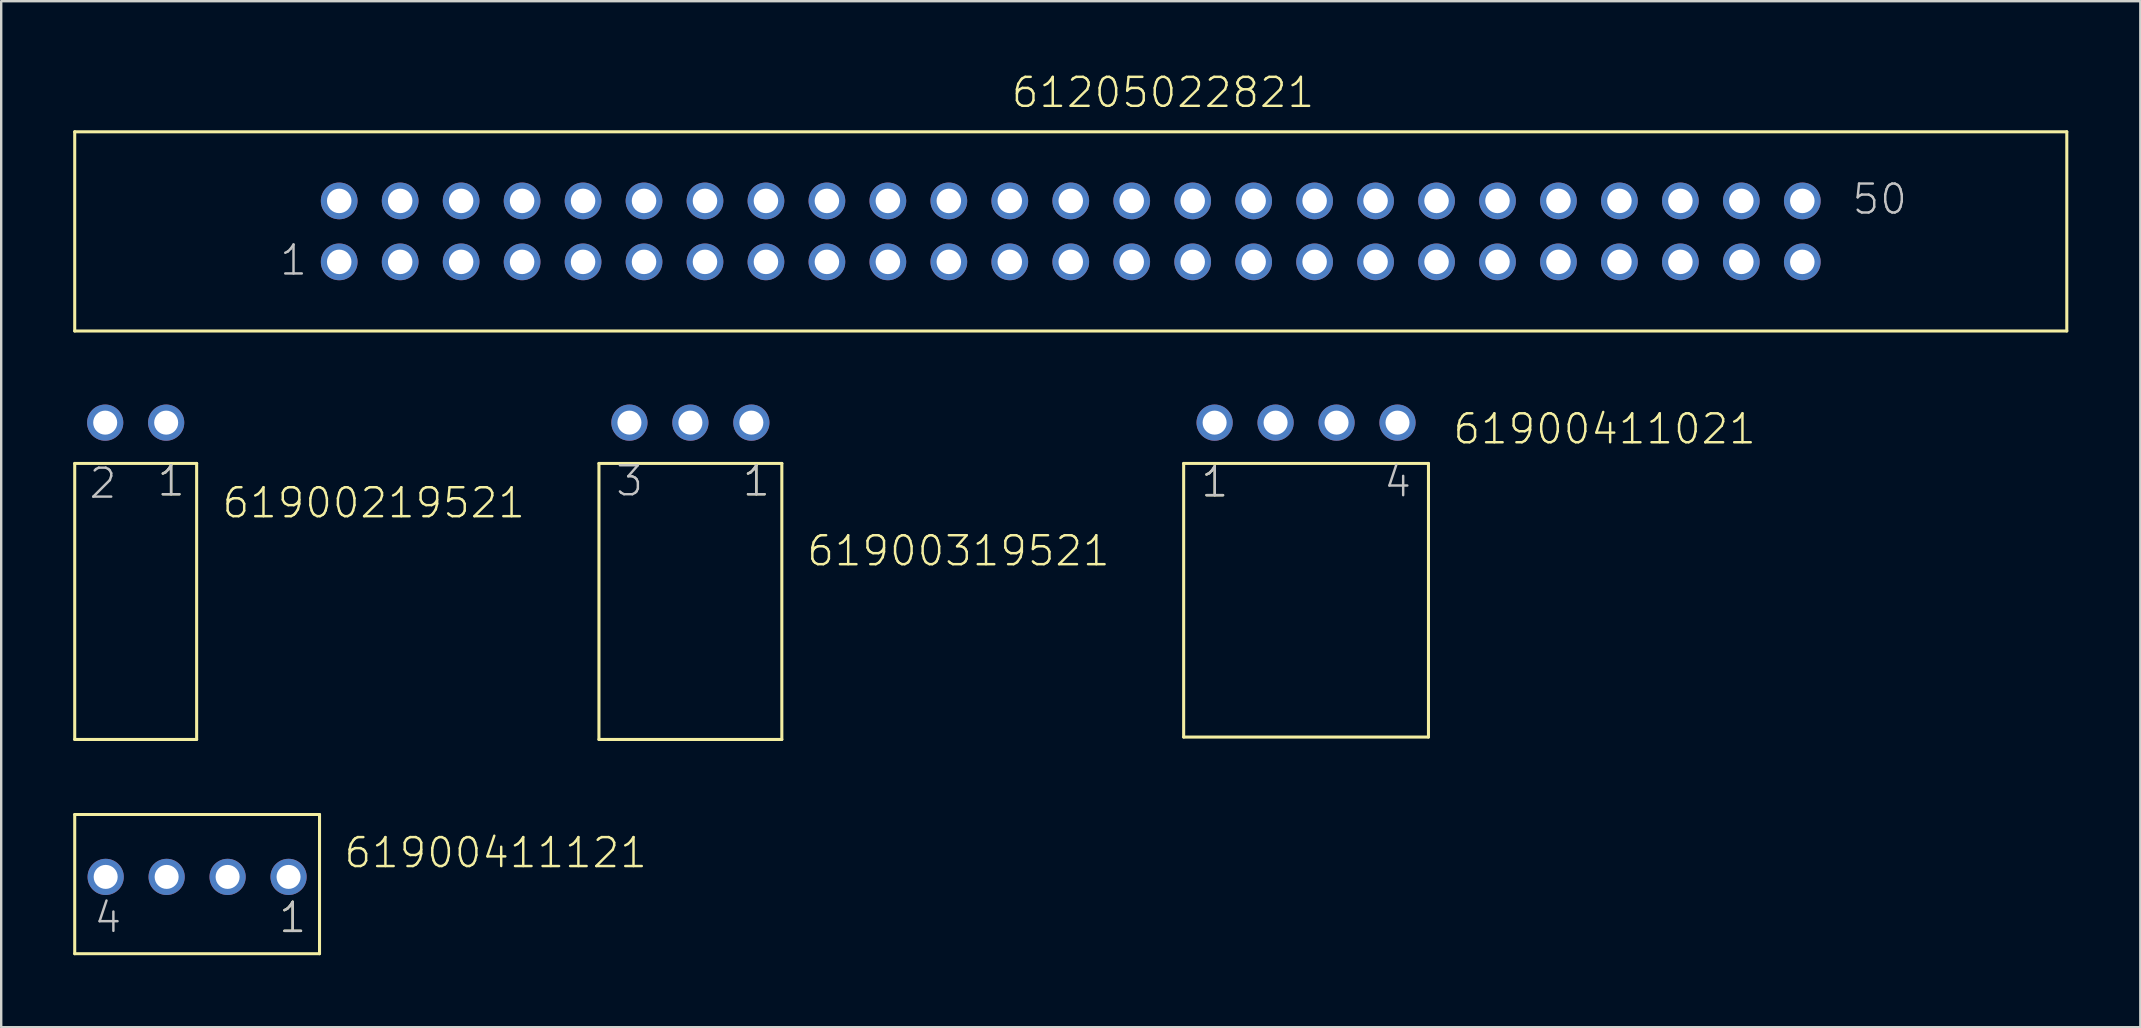
<source format=kicad_pcb>
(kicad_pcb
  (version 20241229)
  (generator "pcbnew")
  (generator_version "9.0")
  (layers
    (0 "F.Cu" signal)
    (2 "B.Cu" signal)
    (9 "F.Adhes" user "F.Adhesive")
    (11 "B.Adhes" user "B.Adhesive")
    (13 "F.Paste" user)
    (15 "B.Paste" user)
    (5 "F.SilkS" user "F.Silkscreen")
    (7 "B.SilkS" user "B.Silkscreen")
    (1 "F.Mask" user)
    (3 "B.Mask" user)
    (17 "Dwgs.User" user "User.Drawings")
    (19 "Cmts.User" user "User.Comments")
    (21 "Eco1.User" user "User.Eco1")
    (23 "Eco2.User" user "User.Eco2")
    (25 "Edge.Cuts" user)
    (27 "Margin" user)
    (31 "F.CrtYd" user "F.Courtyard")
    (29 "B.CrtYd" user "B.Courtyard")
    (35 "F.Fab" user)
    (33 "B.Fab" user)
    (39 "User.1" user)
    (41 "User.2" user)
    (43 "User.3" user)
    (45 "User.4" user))
  (footprint "61900411121"
    (layer "F.Cu")
    (at 5.163 33.486)
    (property "Reference" "61900411121" (at 6.055 -0.3 0) (layer "F.SilkS") (effects (font (size 1.206 1.206) (thickness 0.102)) (justify left bottom)))
    (attr through_hole)
    (fp_line (start -5.1 -2.6) (end 5.1 -2.6) (stroke (width 0.127) (type solid)) (layer "F.SilkS"))
    (fp_line (start -5.1 3.2) (end -5.1 -2.6) (stroke (width 0.127) (type solid)) (layer "F.SilkS"))
    (fp_line (start 5.1 -2.6) (end 5.1 3.2) (stroke (width 0.127) (type solid)) (layer "F.SilkS"))
    (fp_line (start 5.1 3.2) (end -5.1 3.2) (stroke (width 0.127) (type solid)) (layer "F.SilkS"))
    (fp_text user "1" (at 3.34 2.4 0) (layer "F.SilkS") (effects (font (size 1.206 1.206) (thickness 0.102)) (justify left bottom)))
    (fp_text user "4" (at -4.36 2.4 0) (layer "Dwgs.User") (effects (font (size 1.206 1.206) (thickness 0.102)) (justify left bottom)))
    (fp_text user "1" (at 3.34 2.4 0) (layer "Dwgs.User") (effects (font (size 1.206 1.206) (thickness 0.102)) (justify left bottom)))
    (pad "1" thru_hole circle (at 3.81 0) (size 1.508 1.508) (drill 1) (layers "*.Cu" "*.Mask"))
    (pad "2" thru_hole circle (at 1.27 0) (size 1.508 1.508) (drill 1) (layers "*.Cu" "*.Mask"))
    (pad "3" thru_hole circle (at -1.27 0) (size 1.508 1.508) (drill 1) (layers "*.Cu" "*.Mask"))
    (pad "4" thru_hole circle (at -3.81 0) (size 1.508 1.508) (drill 1) (layers "*.Cu" "*.Mask")))
  (footprint "61900319521"
    (layer "F.Cu")
    (at 25.715 14.559)
    (property "Reference" "61900319521" (at 4.785 6.05 0) (layer "F.SilkS") (effects (font (size 1.206 1.206) (thickness 0.102)) (justify left bottom)))
    (attr through_hole)
    (fp_line (start -3.81 1.7) (end 3.81 1.7) (stroke (width 0.127) (type solid)) (layer "F.SilkS"))
    (fp_line (start -3.81 13.2) (end -3.81 1.7) (stroke (width 0.127) (type solid)) (layer "F.SilkS"))
    (fp_line (start 3.81 1.7) (end 3.81 13.2) (stroke (width 0.127) (type solid)) (layer "F.SilkS"))
    (fp_line (start 3.81 13.2) (end -3.81 13.2) (stroke (width 0.127) (type solid)) (layer "F.SilkS"))
    (fp_text user "1" (at 2.105 3.135 0) (layer "F.SilkS") (effects (font (size 1.206 1.206) (thickness 0.102)) (justify left bottom)))
    (fp_text user "1" (at 2.105 3.135 0) (layer "Dwgs.User") (effects (font (size 1.206 1.206) (thickness 0.102)) (justify left bottom)))
    (fp_text user "3" (at -3.175 3.135 0) (layer "Dwgs.User") (effects (font (size 1.206 1.206) (thickness 0.102)) (justify left bottom)))
    (pad "1" thru_hole circle (at 2.54 0) (size 1.508 1.508) (drill 1) (layers "*.Cu" "*.Mask"))
    (pad "2" thru_hole circle (at 0 0) (size 1.508 1.508) (drill 1) (layers "*.Cu" "*.Mask"))
    (pad "3" thru_hole circle (at -2.54 0) (size 1.508 1.508) (drill 1) (layers "*.Cu" "*.Mask")))
  (footprint "61205022821"
    (layer "F.Cu")
    (at 41.563 6.591)
    (property "Reference" "61205022821" (at -2.54 -5.08 0) (layer "F.SilkS") (effects (font (size 1.206 1.206) (thickness 0.102)) (justify left bottom)))
    (attr through_hole)
    (fp_line (start -41.5 -4.15) (end 41.5 -4.15) (stroke (width 0.127) (type solid)) (layer "F.SilkS"))
    (fp_line (start -41.5 4.15) (end -41.5 -4.15) (stroke (width 0.127) (type solid)) (layer "F.SilkS"))
    (fp_line (start 41.5 -4.15) (end 41.5 4.15) (stroke (width 0.127) (type solid)) (layer "F.SilkS"))
    (fp_line (start 41.5 4.15) (end -41.5 4.15) (stroke (width 0.127) (type solid)) (layer "F.SilkS"))
    (fp_text user "50" (at 32.49 -0.635 0) (layer "Dwgs.User") (effects (font (size 1.206 1.206) (thickness 0.102)) (justify left bottom)))
    (fp_text user "1" (at -33.025 1.905 0) (layer "Dwgs.User") (effects (font (size 1.206 1.206) (thickness 0.102)) (justify left bottom)))
    (pad "1" thru_hole circle (at -30.48 1.27 180) (size 1.53 1.53) (drill 1.02) (layers "*.Cu" "*.Mask"))
    (pad "2" thru_hole circle (at -30.48 -1.27 180) (size 1.53 1.53) (drill 1.02) (layers "*.Cu" "*.Mask"))
    (pad "3" thru_hole circle (at -27.94 1.27 180) (size 1.53 1.53) (drill 1.02) (layers "*.Cu" "*.Mask"))
    (pad "4" thru_hole circle (at -27.94 -1.27 180) (size 1.53 1.53) (drill 1.02) (layers "*.Cu" "*.Mask"))
    (pad "5" thru_hole circle (at -25.4 1.27 180) (size 1.53 1.53) (drill 1.02) (layers "*.Cu" "*.Mask"))
    (pad "6" thru_hole circle (at -25.4 -1.27 180) (size 1.53 1.53) (drill 1.02) (layers "*.Cu" "*.Mask"))
    (pad "7" thru_hole circle (at -22.86 1.27 180) (size 1.53 1.53) (drill 1.02) (layers "*.Cu" "*.Mask"))
    (pad "8" thru_hole circle (at -22.86 -1.27 180) (size 1.53 1.53) (drill 1.02) (layers "*.Cu" "*.Mask"))
    (pad "9" thru_hole circle (at -20.32 1.27 180) (size 1.53 1.53) (drill 1.02) (layers "*.Cu" "*.Mask"))
    (pad "10" thru_hole circle (at -20.32 -1.27 180) (size 1.53 1.53) (drill 1.02) (layers "*.Cu" "*.Mask"))
    (pad "11" thru_hole circle (at -17.78 1.27 180) (size 1.53 1.53) (drill 1.02) (layers "*.Cu" "*.Mask"))
    (pad "12" thru_hole circle (at -17.78 -1.27 180) (size 1.53 1.53) (drill 1.02) (layers "*.Cu" "*.Mask"))
    (pad "13" thru_hole circle (at -15.24 1.27 180) (size 1.53 1.53) (drill 1.02) (layers "*.Cu" "*.Mask"))
    (pad "14" thru_hole circle (at -15.24 -1.27 180) (size 1.53 1.53) (drill 1.02) (layers "*.Cu" "*.Mask"))
    (pad "15" thru_hole circle (at -12.7 1.27 180) (size 1.53 1.53) (drill 1.02) (layers "*.Cu" "*.Mask"))
    (pad "16" thru_hole circle (at -12.7 -1.27 180) (size 1.53 1.53) (drill 1.02) (layers "*.Cu" "*.Mask"))
    (pad "17" thru_hole circle (at -10.16 1.27 180) (size 1.53 1.53) (drill 1.02) (layers "*.Cu" "*.Mask"))
    (pad "18" thru_hole circle (at -10.16 -1.27 180) (size 1.53 1.53) (drill 1.02) (layers "*.Cu" "*.Mask"))
    (pad "19" thru_hole circle (at -7.62 1.27 180) (size 1.53 1.53) (drill 1.02) (layers "*.Cu" "*.Mask"))
    (pad "20" thru_hole circle (at -7.62 -1.27 180) (size 1.53 1.53) (drill 1.02) (layers "*.Cu" "*.Mask"))
    (pad "21" thru_hole circle (at -5.08 1.27 180) (size 1.53 1.53) (drill 1.02) (layers "*.Cu" "*.Mask"))
    (pad "22" thru_hole circle (at -5.08 -1.27 180) (size 1.53 1.53) (drill 1.02) (layers "*.Cu" "*.Mask"))
    (pad "23" thru_hole circle (at -2.54 1.27 180) (size 1.53 1.53) (drill 1.02) (layers "*.Cu" "*.Mask"))
    (pad "24" thru_hole circle (at -2.54 -1.27 180) (size 1.53 1.53) (drill 1.02) (layers "*.Cu" "*.Mask"))
    (pad "25" thru_hole circle (at 0 1.27 180) (size 1.53 1.53) (drill 1.02) (layers "*.Cu" "*.Mask"))
    (pad "26" thru_hole circle (at 0 -1.27 180) (size 1.53 1.53) (drill 1.02) (layers "*.Cu" "*.Mask"))
    (pad "27" thru_hole circle (at 2.54 1.27 180) (size 1.53 1.53) (drill 1.02) (layers "*.Cu" "*.Mask"))
    (pad "28" thru_hole circle (at 2.54 -1.27 180) (size 1.53 1.53) (drill 1.02) (layers "*.Cu" "*.Mask"))
    (pad "29" thru_hole circle (at 5.08 1.27 180) (size 1.53 1.53) (drill 1.02) (layers "*.Cu" "*.Mask"))
    (pad "30" thru_hole circle (at 5.08 -1.27 180) (size 1.53 1.53) (drill 1.02) (layers "*.Cu" "*.Mask"))
    (pad "31" thru_hole circle (at 7.62 1.27 180) (size 1.53 1.53) (drill 1.02) (layers "*.Cu" "*.Mask"))
    (pad "32" thru_hole circle (at 7.62 -1.27 180) (size 1.53 1.53) (drill 1.02) (layers "*.Cu" "*.Mask"))
    (pad "33" thru_hole circle (at 10.16 1.27 180) (size 1.53 1.53) (drill 1.02) (layers "*.Cu" "*.Mask"))
    (pad "34" thru_hole circle (at 10.16 -1.27 180) (size 1.53 1.53) (drill 1.02) (layers "*.Cu" "*.Mask"))
    (pad "35" thru_hole circle (at 12.7 1.27 180) (size 1.53 1.53) (drill 1.02) (layers "*.Cu" "*.Mask"))
    (pad "36" thru_hole circle (at 12.7 -1.27 180) (size 1.53 1.53) (drill 1.02) (layers "*.Cu" "*.Mask"))
    (pad "37" thru_hole circle (at 15.24 1.27 180) (size 1.53 1.53) (drill 1.02) (layers "*.Cu" "*.Mask"))
    (pad "38" thru_hole circle (at 15.24 -1.27 180) (size 1.53 1.53) (drill 1.02) (layers "*.Cu" "*.Mask"))
    (pad "39" thru_hole circle (at 17.78 1.27 180) (size 1.53 1.53) (drill 1.02) (layers "*.Cu" "*.Mask"))
    (pad "40" thru_hole circle (at 17.78 -1.27 180) (size 1.53 1.53) (drill 1.02) (layers "*.Cu" "*.Mask"))
    (pad "41" thru_hole circle (at 20.32 1.27 180) (size 1.53 1.53) (drill 1.02) (layers "*.Cu" "*.Mask"))
    (pad "42" thru_hole circle (at 20.32 -1.27 180) (size 1.53 1.53) (drill 1.02) (layers "*.Cu" "*.Mask"))
    (pad "43" thru_hole circle (at 22.86 1.27 180) (size 1.53 1.53) (drill 1.02) (layers "*.Cu" "*.Mask"))
    (pad "44" thru_hole circle (at 22.86 -1.27 180) (size 1.53 1.53) (drill 1.02) (layers "*.Cu" "*.Mask"))
    (pad "45" thru_hole circle (at 25.4 1.27 180) (size 1.53 1.53) (drill 1.02) (layers "*.Cu" "*.Mask"))
    (pad "46" thru_hole circle (at 25.4 -1.27 180) (size 1.53 1.53) (drill 1.02) (layers "*.Cu" "*.Mask"))
    (pad "47" thru_hole circle (at 27.94 1.27 180) (size 1.53 1.53) (drill 1.02) (layers "*.Cu" "*.Mask"))
    (pad "48" thru_hole circle (at 27.94 -1.27 180) (size 1.53 1.53) (drill 1.02) (layers "*.Cu" "*.Mask"))
    (pad "49" thru_hole circle (at 30.48 1.27 180) (size 1.53 1.53) (drill 1.02) (layers "*.Cu" "*.Mask"))
    (pad "50" thru_hole circle (at 30.48 -1.27 180) (size 1.53 1.53) (drill 1.02) (layers "*.Cu" "*.Mask")))
  (footprint "61900219521"
    (layer "F.Cu")
    (at 2.603 14.559)
    (property "Reference" "61900219521" (at 3.535 4.05 0) (layer "F.SilkS") (effects (font (size 1.206 1.206) (thickness 0.102)) (justify left bottom)))
    (attr through_hole)
    (fp_line (start -2.54 1.7) (end 2.54 1.7) (stroke (width 0.127) (type solid)) (layer "F.SilkS"))
    (fp_line (start -2.54 13.2) (end -2.54 1.7) (stroke (width 0.127) (type solid)) (layer "F.SilkS"))
    (fp_line (start 2.54 1.7) (end 2.54 13.2) (stroke (width 0.127) (type solid)) (layer "F.SilkS"))
    (fp_line (start 2.54 13.2) (end -2.54 13.2) (stroke (width 0.127) (type solid)) (layer "F.SilkS"))
    (fp_text user "1" (at 0.835 3.135 0) (layer "F.SilkS") (effects (font (size 1.206 1.206) (thickness 0.102)) (justify left bottom)))
    (fp_text user "2" (at -2.005 3.235 0) (layer "Dwgs.User") (effects (font (size 1.206 1.206) (thickness 0.102)) (justify left bottom)))
    (fp_text user "1" (at 0.835 3.135 0) (layer "Dwgs.User") (effects (font (size 1.206 1.206) (thickness 0.102)) (justify left bottom)))
    (pad "1" thru_hole circle (at 1.27 0) (size 1.508 1.508) (drill 1) (layers "*.Cu" "*.Mask"))
    (pad "2" thru_hole circle (at -1.27 0) (size 1.508 1.508) (drill 1) (layers "*.Cu" "*.Mask")))
  (footprint "61900411021"
    (layer "F.Cu")
    (at 51.367 14.559)
    (property "Reference" "61900411021" (at 6.055 0.97 0) (layer "F.SilkS") (effects (font (size 1.206 1.206) (thickness 0.102)) (justify left bottom)))
    (attr through_hole)
    (fp_line (start -5.1 1.7) (end 5.1 1.7) (stroke (width 0.127) (type solid)) (layer "F.SilkS"))
    (fp_line (start -5.1 13.1) (end -5.1 1.7) (stroke (width 0.127) (type solid)) (layer "F.SilkS"))
    (fp_line (start 5.1 1.7) (end 5.1 13.1) (stroke (width 0.127) (type solid)) (layer "F.SilkS"))
    (fp_line (start 5.1 13.1) (end -5.1 13.1) (stroke (width 0.127) (type solid)) (layer "F.SilkS"))
    (fp_text user "1" (at -4.445 3.175 0) (layer "F.SilkS") (effects (font (size 1.206 1.206) (thickness 0.102)) (justify left bottom)))
    (fp_text user "1" (at -4.445 3.175 0) (layer "Dwgs.User") (effects (font (size 1.206 1.206) (thickness 0.102)) (justify left bottom)))
    (fp_text user "4" (at 3.175 3.175 0) (layer "Dwgs.User") (effects (font (size 1.206 1.206) (thickness 0.102)) (justify left bottom)))
    (pad "1" thru_hole circle (at -3.81 0 180) (size 1.508 1.508) (drill 1) (layers "*.Cu" "*.Mask"))
    (pad "2" thru_hole circle (at -1.27 0 180) (size 1.508 1.508) (drill 1) (layers "*.Cu" "*.Mask"))
    (pad "3" thru_hole circle (at 1.27 0 180) (size 1.508 1.508) (drill 1) (layers "*.Cu" "*.Mask"))
    (pad "4" thru_hole circle (at 3.81 0 180) (size 1.508 1.508) (drill 1) (layers "*.Cu" "*.Mask")))
  (gr_rect
    (start -3 -3)
    (end 86.127 39.749)
    (stroke (width 0.1) (type default))
    (fill no)
    (layer "Edge.Cuts")))
</source>
